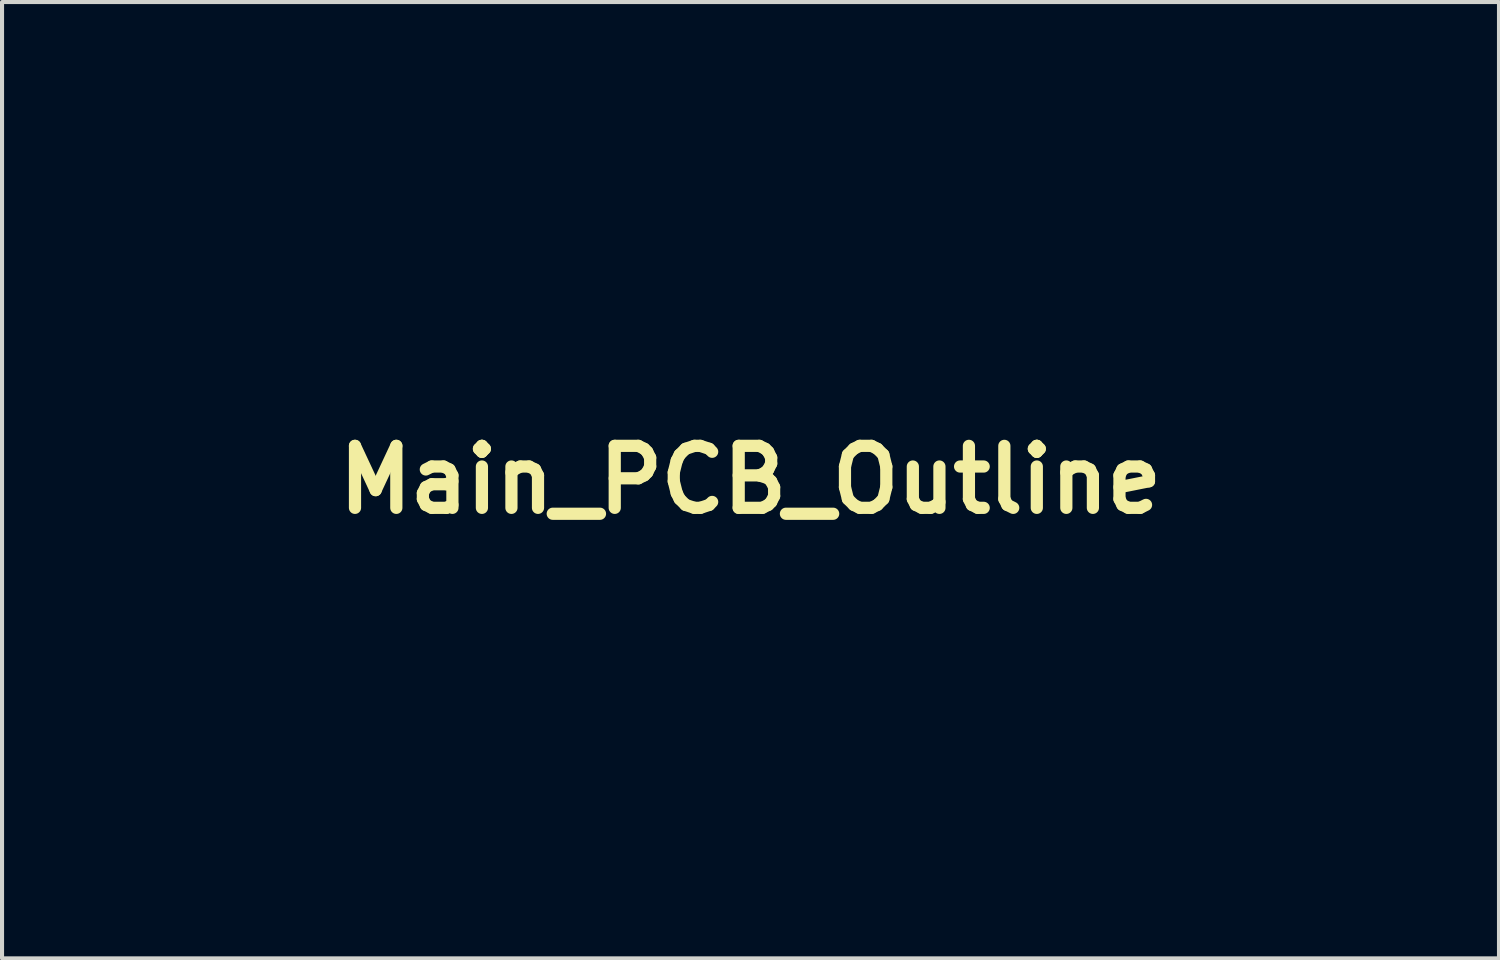
<source format=kicad_pcb>
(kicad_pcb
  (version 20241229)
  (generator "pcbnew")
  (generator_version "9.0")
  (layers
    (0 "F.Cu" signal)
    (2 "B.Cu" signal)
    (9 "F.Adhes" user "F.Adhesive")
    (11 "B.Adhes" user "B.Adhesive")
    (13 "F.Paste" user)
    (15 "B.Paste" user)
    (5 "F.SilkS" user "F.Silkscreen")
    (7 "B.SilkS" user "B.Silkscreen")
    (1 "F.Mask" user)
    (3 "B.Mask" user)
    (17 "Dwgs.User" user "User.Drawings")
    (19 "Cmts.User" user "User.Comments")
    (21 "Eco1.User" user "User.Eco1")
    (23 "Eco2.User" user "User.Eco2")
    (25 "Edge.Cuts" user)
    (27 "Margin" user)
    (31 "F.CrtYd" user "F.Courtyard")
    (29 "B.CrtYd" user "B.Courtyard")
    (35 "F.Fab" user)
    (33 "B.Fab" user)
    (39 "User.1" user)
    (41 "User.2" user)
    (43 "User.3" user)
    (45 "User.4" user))
  (footprint "Main_PCB_Outline"
    (layer "F.Cu")
    (at 15.403 8.747)
    (property "Reference" "Main_PCB_Outline" (at 0 0 0) (layer "F.SilkS") (effects (font (size 1.524 1.524) (thickness 0.3))))
    (attr through_hole)
    (fp_poly (pts (xy -1.184 -6.956) (xy 1.598 -6.956) (xy 1.598 -7.124) (xy 2.93 -7.124) (xy 2.949 -7.037) (xy 2.951 -7.033) (xy 2.995 -6.971) (xy 3.063 -6.93) (xy 3.145 -6.911) (xy 3.232 -6.917) (xy 3.296 -6.94) (xy 3.348 -6.988) (xy 3.384 -7.059) (xy 3.4 -7.138) (xy 4.305 -7.138) (xy 4.322 -7.048) (xy 4.372 -6.975) (xy 4.445 -6.927) (xy 4.513 -6.904) (xy 4.573 -6.906) (xy 4.63 -6.926) (xy 4.706 -6.972) (xy 4.752 -7.038) (xy 4.771 -7.118) (xy 4.771 -7.118) (xy 5.678 -7.118) (xy 5.698 -7.043) (xy 5.743 -6.977) (xy 5.816 -6.927) (xy 5.817 -6.927) (xy 5.885 -6.904) (xy 5.944 -6.906) (xy 6.004 -6.926) (xy 6.079 -6.976) (xy 6.128 -7.047) (xy 6.15 -7.132) (xy 6.148 -7.146) (xy 7.055 -7.146) (xy 7.066 -7.067) (xy 7.101 -6.996) (xy 7.16 -6.942) (xy 7.187 -6.928) (xy 7.255 -6.905) (xy 7.314 -6.905) (xy 7.377 -6.926) (xy 7.456 -6.976) (xy 7.504 -7.049) (xy 7.52 -7.141) (xy 7.52 -7.142) (xy 7.513 -7.189) (xy 8.429 -7.189) (xy 8.429 -7.104) (xy 8.457 -7.025) (xy 8.51 -6.961) (xy 8.574 -6.924) (xy 8.635 -6.906) (xy 8.683 -6.905) (xy 8.735 -6.92) (xy 8.773 -6.936) (xy 8.828 -6.968) (xy 8.863 -7.012) (xy 8.883 -7.057) (xy 8.898 -7.103) (xy 9.801 -7.103) (xy 9.83 -7.021) (xy 9.848 -6.994) (xy 9.909 -6.942) (xy 9.988 -6.914) (xy 10.076 -6.913) (xy 10.161 -6.939) (xy 10.194 -6.959) (xy 10.247 -7.018) (xy 10.275 -7.094) (xy 10.275 -7.123) (xy 11.176 -7.123) (xy 11.179 -7.094) (xy 11.204 -7.032) (xy 11.249 -6.973) (xy 11.304 -6.928) (xy 11.342 -6.913) (xy 11.414 -6.909) (xy 11.494 -6.923) (xy 11.558 -6.949) (xy 11.559 -6.95) (xy 11.603 -6.996) (xy 11.638 -7.064) (xy 11.656 -7.138) (xy 11.656 -7.158) (xy 11.64 -7.229) (xy 11.598 -7.299) (xy 11.538 -7.353) (xy 11.523 -7.362) (xy 11.445 -7.383) (xy 11.358 -7.378) (xy 11.278 -7.347) (xy 11.263 -7.337) (xy 11.216 -7.281) (xy 11.185 -7.205) (xy 11.176 -7.123) (xy 10.275 -7.123) (xy 10.275 -7.176) (xy 10.251 -7.256) (xy 10.201 -7.324) (xy 10.173 -7.346) (xy 10.092 -7.382) (xy 10.012 -7.386) (xy 9.938 -7.363) (xy 9.875 -7.318) (xy 9.829 -7.256) (xy 9.802 -7.182) (xy 9.801 -7.103) (xy 8.898 -7.103) (xy 8.902 -7.115) (xy 8.905 -7.159) (xy 8.894 -7.211) (xy 8.89 -7.221) (xy 8.848 -7.3) (xy 8.784 -7.354) (xy 8.708 -7.382) (xy 8.627 -7.383) (xy 8.549 -7.357) (xy 8.482 -7.302) (xy 8.46 -7.27) (xy 8.429 -7.189) (xy 7.513 -7.189) (xy 7.504 -7.239) (xy 7.46 -7.315) (xy 7.392 -7.365) (xy 7.305 -7.387) (xy 7.234 -7.382) (xy 7.157 -7.351) (xy 7.101 -7.296) (xy 7.067 -7.225) (xy 7.055 -7.146) (xy 6.148 -7.146) (xy 6.141 -7.223) (xy 6.121 -7.274) (xy 6.077 -7.325) (xy 6.01 -7.366) (xy 5.936 -7.387) (xy 5.913 -7.389) (xy 5.826 -7.373) (xy 5.758 -7.331) (xy 5.71 -7.27) (xy 5.683 -7.196) (xy 5.678 -7.118) (xy 4.771 -7.118) (xy 4.766 -7.214) (xy 4.732 -7.293) (xy 4.673 -7.35) (xy 4.596 -7.381) (xy 4.506 -7.384) (xy 4.428 -7.362) (xy 4.363 -7.315) (xy 4.321 -7.242) (xy 4.305 -7.145) (xy 4.305 -7.138) (xy 3.4 -7.138) (xy 3.4 -7.14) (xy 3.393 -7.22) (xy 3.379 -7.257) (xy 3.337 -7.309) (xy 3.275 -7.355) (xy 3.209 -7.384) (xy 3.174 -7.389) (xy 3.092 -7.375) (xy 3.017 -7.338) (xy 2.964 -7.287) (xy 2.935 -7.213) (xy 2.93 -7.124) (xy 1.598 -7.124) (xy 1.598 -8.742) (xy 12.991 -8.742) (xy 12.991 -6.956) (xy 15.398 -6.956) (xy 15.398 8.761) (xy -15.398 8.761) (xy -15.398 5.675) (xy -5.358 5.675) (xy -5.346 5.801) (xy -5.327 5.876) (xy -5.281 5.965) (xy -5.211 6.051) (xy -5.127 6.124) (xy -5.04 6.171) (xy -5.038 6.172) (xy -4.934 6.195) (xy -4.816 6.202) (xy -4.702 6.191) (xy -4.64 6.175) (xy -4.526 6.117) (xy -4.432 6.033) (xy -4.361 5.928) (xy -4.316 5.808) (xy -4.299 5.681) (xy -3.07 5.681) (xy -3.053 5.815) (xy -3.005 5.937) (xy -2.93 6.044) (xy -2.833 6.127) (xy -2.738 6.174) (xy -2.64 6.196) (xy -2.527 6.202) (xy -2.416 6.192) (xy -2.346 6.175) (xy -2.236 6.119) (xy -2.14 6.034) (xy -2.068 5.929) (xy -2.044 5.877) (xy -2.03 5.825) (xy -2.023 5.762) (xy -2.022 5.716) (xy -0.782 5.716) (xy -0.758 5.84) (xy -0.703 5.958) (xy -0.618 6.063) (xy -0.58 6.096) (xy -0.485 6.156) (xy -0.377 6.191) (xy -0.247 6.203) (xy -0.241 6.203) (xy -0.164 6.201) (xy -0.101 6.188) (xy -0.034 6.161) (xy 0.003 6.143) (xy 0.114 6.067) (xy 0.197 5.971) (xy 0.252 5.861) (xy 0.28 5.743) (xy 0.28 5.679) (xy 1.509 5.679) (xy 1.525 5.806) (xy 1.57 5.925) (xy 1.642 6.03) (xy 1.738 6.117) (xy 1.859 6.18) (xy 1.88 6.188) (xy 1.947 6.199) (xy 2.035 6.2) (xy 2.131 6.191) (xy 2.219 6.175) (xy 2.286 6.152) (xy 2.287 6.152) (xy 2.398 6.075) (xy 2.487 5.974) (xy 2.527 5.904) (xy 2.555 5.813) (xy 2.567 5.706) (xy 2.567 5.678) (xy 3.807 5.678) (xy 3.809 5.762) (xy 3.815 5.821) (xy 3.829 5.871) (xy 3.854 5.922) (xy 3.862 5.936) (xy 3.929 6.033) (xy 4.017 6.109) (xy 4.122 6.168) (xy 4.205 6.192) (xy 4.307 6.201) (xy 4.416 6.196) (xy 4.517 6.176) (xy 4.579 6.152) (xy 4.663 6.095) (xy 4.743 6.014) (xy 4.806 5.926) (xy 4.825 5.89) (xy 4.849 5.804) (xy 4.859 5.698) (xy 4.854 5.589) (xy 4.835 5.49) (xy 4.82 5.451) (xy 4.746 5.332) (xy 4.648 5.24) (xy 4.528 5.179) (xy 4.391 5.149) (xy 4.334 5.146) (xy 4.188 5.161) (xy 4.062 5.209) (xy 3.956 5.288) (xy 3.872 5.397) (xy 3.858 5.422) (xy 3.832 5.477) (xy 3.817 5.53) (xy 3.809 5.592) (xy 3.807 5.678) (xy 2.567 5.678) (xy 2.564 5.595) (xy 2.546 5.496) (xy 2.525 5.441) (xy 2.458 5.336) (xy 2.382 5.258) (xy 2.286 5.198) (xy 2.282 5.196) (xy 2.162 5.156) (xy 2.034 5.144) (xy 1.907 5.159) (xy 1.788 5.199) (xy 1.687 5.264) (xy 1.643 5.308) (xy 1.566 5.424) (xy 1.522 5.55) (xy 1.509 5.679) (xy 0.28 5.679) (xy 0.281 5.621) (xy 0.255 5.502) (xy 0.202 5.39) (xy 0.123 5.291) (xy 0.017 5.21) (xy -0.037 5.183) (xy -0.143 5.152) (xy -0.264 5.144) (xy -0.385 5.159) (xy -0.477 5.19) (xy -0.593 5.263) (xy -0.682 5.359) (xy -0.744 5.47) (xy -0.777 5.591) (xy -0.782 5.716) (xy -2.022 5.716) (xy -2.021 5.675) (xy -2.021 5.668) (xy -2.022 5.583) (xy -2.028 5.523) (xy -2.04 5.477) (xy -2.061 5.433) (xy -2.071 5.415) (xy -2.159 5.298) (xy -2.265 5.214) (xy -2.39 5.163) (xy -2.532 5.145) (xy -2.538 5.145) (xy -2.679 5.162) (xy -2.804 5.21) (xy -2.909 5.287) (xy -2.991 5.389) (xy -3.045 5.511) (xy -3.069 5.651) (xy -3.07 5.681) (xy -4.299 5.681) (xy -4.299 5.679) (xy -4.312 5.549) (xy -4.342 5.46) (xy -4.41 5.344) (xy -4.499 5.255) (xy -4.605 5.192) (xy -4.721 5.155) (xy -4.843 5.144) (xy -4.964 5.16) (xy -5.079 5.202) (xy -5.182 5.27) (xy -5.269 5.366) (xy -5.313 5.443) (xy -5.347 5.551) (xy -5.358 5.675) (xy -15.398 5.675) (xy -15.398 3.62) (xy -13.627 3.62) (xy -13.624 3.811) (xy -13.589 3.999) (xy -13.521 4.18) (xy -13.422 4.35) (xy -13.328 4.465) (xy -13.173 4.604) (xy -13.002 4.71) (xy -12.818 4.783) (xy -12.624 4.821) (xy -12.424 4.824) (xy -12.221 4.791) (xy -12.122 4.761) (xy -11.933 4.677) (xy -11.767 4.564) (xy -11.626 4.424) (xy -11.511 4.258) (xy -11.425 4.067) (xy -11.401 3.995) (xy -11.379 3.887) (xy -11.369 3.757) (xy -11.369 3.694) (xy -6.505 3.694) (xy -6.488 3.833) (xy -6.44 3.956) (xy -6.366 4.06) (xy -6.27 4.141) (xy -6.158 4.198) (xy -6.033 4.226) (xy -5.901 4.223) (xy -5.787 4.193) (xy -5.659 4.128) (xy -5.56 4.038) (xy -5.491 3.927) (xy -5.453 3.795) (xy -5.449 3.729) (xy -4.204 3.729) (xy -4.195 3.831) (xy -4.175 3.915) (xy -4.165 3.938) (xy -4.091 4.047) (xy -3.993 4.132) (xy -3.876 4.192) (xy -3.749 4.224) (xy -3.617 4.224) (xy -3.499 4.195) (xy -3.382 4.137) (xy -3.293 4.061) (xy -3.223 3.958) (xy -3.216 3.943) (xy -3.171 3.818) (xy -3.158 3.687) (xy -3.16 3.668) (xy -1.931 3.668) (xy -1.923 3.793) (xy -1.886 3.91) (xy -1.825 4.014) (xy -1.742 4.102) (xy -1.641 4.169) (xy -1.524 4.212) (xy -1.395 4.227) (xy -1.257 4.21) (xy -1.228 4.202) (xy -1.134 4.159) (xy -1.041 4.091) (xy -0.96 4.008) (xy -0.916 3.941) (xy -0.888 3.861) (xy -0.873 3.759) (xy -0.873 3.714) (xy 0.362 3.714) (xy 0.383 3.84) (xy 0.439 3.972) (xy 0.521 4.078) (xy 0.624 4.158) (xy 0.745 4.208) (xy 0.88 4.227) (xy 1.023 4.213) (xy 1.071 4.2) (xy 1.182 4.149) (xy 1.279 4.067) (xy 1.355 3.964) (xy 1.406 3.844) (xy 1.428 3.716) (xy 1.429 3.694) (xy 2.651 3.694) (xy 2.657 3.759) (xy 2.671 3.836) (xy 2.681 3.872) (xy 2.725 3.968) (xy 2.797 4.061) (xy 2.885 4.139) (xy 2.979 4.193) (xy 3.001 4.201) (xy 3.112 4.222) (xy 3.232 4.222) (xy 3.348 4.202) (xy 3.422 4.175) (xy 3.53 4.107) (xy 3.611 4.022) (xy 3.662 3.939) (xy 3.689 3.881) (xy 3.704 3.825) (xy 3.71 3.757) (xy 3.711 3.694) (xy 3.711 3.673) (xy 11.36 3.673) (xy 11.362 3.737) (xy 11.371 3.813) (xy 11.38 3.869) (xy 11.43 4.071) (xy 11.512 4.254) (xy 11.621 4.416) (xy 11.754 4.555) (xy 11.909 4.667) (xy 12.083 4.751) (xy 12.273 4.805) (xy 12.475 4.824) (xy 12.55 4.823) (xy 12.645 4.814) (xy 12.744 4.799) (xy 12.828 4.781) (xy 12.841 4.777) (xy 13.024 4.701) (xy 13.19 4.593) (xy 13.335 4.457) (xy 13.458 4.294) (xy 13.554 4.107) (xy 13.571 4.066) (xy 13.592 4.005) (xy 13.606 3.95) (xy 13.614 3.889) (xy 13.618 3.811) (xy 13.62 3.706) (xy 13.62 3.704) (xy 13.619 3.596) (xy 13.616 3.515) (xy 13.607 3.451) (xy 13.593 3.392) (xy 13.578 3.344) (xy 13.492 3.15) (xy 13.377 2.979) (xy 13.235 2.834) (xy 13.067 2.715) (xy 12.875 2.625) (xy 12.857 2.618) (xy 12.711 2.581) (xy 12.547 2.565) (xy 12.378 2.57) (xy 12.219 2.595) (xy 12.164 2.61) (xy 11.973 2.688) (xy 11.804 2.796) (xy 11.658 2.931) (xy 11.539 3.089) (xy 11.448 3.269) (xy 11.389 3.468) (xy 11.38 3.515) (xy 11.366 3.604) (xy 11.36 3.673) (xy 3.711 3.673) (xy 3.709 3.609) (xy 3.7 3.546) (xy 3.682 3.491) (xy 3.662 3.45) (xy 3.581 3.333) (xy 3.477 3.244) (xy 3.352 3.187) (xy 3.234 3.164) (xy 3.095 3.168) (xy 2.968 3.206) (xy 2.856 3.273) (xy 2.764 3.364) (xy 2.697 3.476) (xy 2.658 3.605) (xy 2.651 3.694) (xy 1.429 3.694) (xy 1.412 3.562) (xy 1.363 3.439) (xy 1.288 3.332) (xy 1.191 3.247) (xy 1.076 3.19) (xy 1.061 3.186) (xy 0.923 3.162) (xy 0.791 3.172) (xy 0.67 3.211) (xy 0.564 3.276) (xy 0.476 3.362) (xy 0.411 3.466) (xy 0.371 3.584) (xy 0.362 3.714) (xy -0.873 3.714) (xy -0.872 3.65) (xy -0.884 3.545) (xy -0.91 3.46) (xy -0.916 3.448) (xy -0.993 3.341) (xy -1.097 3.254) (xy -1.218 3.193) (xy -1.349 3.162) (xy -1.404 3.159) (xy -1.525 3.175) (xy -1.643 3.222) (xy -1.749 3.292) (xy -1.832 3.381) (xy -1.851 3.41) (xy -1.908 3.539) (xy -1.931 3.668) (xy -3.16 3.668) (xy -3.173 3.557) (xy -3.216 3.437) (xy -3.285 3.333) (xy -3.352 3.271) (xy -3.472 3.204) (xy -3.6 3.169) (xy -3.73 3.165) (xy -3.857 3.19) (xy -3.974 3.244) (xy -4.075 3.324) (xy -4.154 3.429) (xy -4.166 3.452) (xy -4.189 3.526) (xy -4.202 3.623) (xy -4.204 3.729) (xy -5.449 3.729) (xy -5.446 3.694) (xy -5.449 3.607) (xy -5.462 3.539) (xy -5.488 3.471) (xy -5.497 3.452) (xy -5.571 3.341) (xy -5.668 3.255) (xy -5.78 3.196) (xy -5.903 3.165) (xy -6.031 3.164) (xy -6.156 3.193) (xy -6.274 3.254) (xy -6.326 3.294) (xy -6.418 3.395) (xy -6.476 3.508) (xy -6.503 3.639) (xy -6.505 3.694) (xy -11.369 3.694) (xy -11.369 3.621) (xy -11.381 3.492) (xy -11.401 3.394) (xy -11.469 3.216) (xy -11.564 3.051) (xy -11.679 2.905) (xy -11.811 2.786) (xy -11.85 2.758) (xy -12.03 2.659) (xy -12.219 2.595) (xy -12.413 2.564) (xy -12.608 2.567) (xy -12.798 2.602) (xy -12.98 2.669) (xy -13.15 2.769) (xy -13.303 2.899) (xy -13.318 2.914) (xy -13.443 3.073) (xy -13.536 3.247) (xy -13.598 3.43) (xy -13.627 3.62) (xy -15.398 3.62) (xy -15.398 1.728) (xy -5.358 1.728) (xy -5.341 1.864) (xy -5.293 1.984) (xy -5.219 2.085) (xy -5.124 2.164) (xy -5.012 2.219) (xy -4.888 2.245) (xy -4.756 2.241) (xy -4.622 2.204) (xy -4.606 2.198) (xy -4.494 2.129) (xy -4.407 2.038) (xy -4.345 1.929) (xy -4.309 1.809) (xy -4.302 1.708) (xy -3.07 1.708) (xy -3.053 1.848) (xy -3.006 1.972) (xy -2.933 2.076) (xy -2.838 2.159) (xy -2.726 2.216) (xy -2.601 2.245) (xy -2.469 2.242) (xy -2.333 2.206) (xy -2.313 2.198) (xy -2.195 2.127) (xy -2.106 2.032) (xy -2.046 1.914) (xy -2.017 1.776) (xy -2.016 1.763) (xy -2.016 1.72) (xy -0.779 1.72) (xy -0.762 1.857) (xy -0.714 1.979) (xy -0.64 2.081) (xy -0.545 2.162) (xy -0.433 2.218) (xy -0.31 2.247) (xy -0.179 2.245) (xy -0.045 2.209) (xy -0.027 2.201) (xy 0.09 2.13) (xy 0.182 2.033) (xy 0.245 1.914) (xy 0.277 1.78) (xy 0.278 1.758) (xy 0.278 1.746) (xy 1.508 1.746) (xy 1.532 1.874) (xy 1.587 2) (xy 1.669 2.102) (xy 1.771 2.179) (xy 1.889 2.228) (xy 2.018 2.247) (xy 2.152 2.234) (xy 2.288 2.188) (xy 2.382 2.13) (xy 2.459 2.053) (xy 2.525 1.948) (xy 2.554 1.864) (xy 2.567 1.76) (xy 2.566 1.711) (xy 3.807 1.711) (xy 3.809 1.797) (xy 3.817 1.859) (xy 3.832 1.912) (xy 3.858 1.967) (xy 3.937 2.078) (xy 4.038 2.163) (xy 4.156 2.22) (xy 4.286 2.247) (xy 4.421 2.242) (xy 4.556 2.203) (xy 4.561 2.2) (xy 4.653 2.144) (xy 4.739 2.061) (xy 4.806 1.965) (xy 4.82 1.938) (xy 4.846 1.851) (xy 4.858 1.746) (xy 4.856 1.636) (xy 4.839 1.538) (xy 4.825 1.499) (xy 4.772 1.411) (xy 4.697 1.326) (xy 4.614 1.257) (xy 4.579 1.237) (xy 4.497 1.208) (xy 4.395 1.191) (xy 4.289 1.187) (xy 4.194 1.198) (xy 4.18 1.201) (xy 4.065 1.251) (xy 3.96 1.329) (xy 3.878 1.428) (xy 3.866 1.448) (xy 3.836 1.504) (xy 3.819 1.551) (xy 3.81 1.605) (xy 3.808 1.677) (xy 3.807 1.711) (xy 2.566 1.711) (xy 2.565 1.649) (xy 2.547 1.545) (xy 2.526 1.485) (xy 2.454 1.374) (xy 2.356 1.28) (xy 2.285 1.235) (xy 2.238 1.214) (xy 2.186 1.201) (xy 2.117 1.195) (xy 2.04 1.194) (xy 1.922 1.2) (xy 1.829 1.22) (xy 1.751 1.26) (xy 1.677 1.323) (xy 1.638 1.365) (xy 1.559 1.481) (xy 1.516 1.609) (xy 1.508 1.746) (xy 0.278 1.746) (xy 0.272 1.61) (xy 0.233 1.481) (xy 0.163 1.37) (xy 0.062 1.281) (xy 0.003 1.246) (xy -0.13 1.196) (xy -0.261 1.181) (xy -0.388 1.198) (xy -0.504 1.243) (xy -0.605 1.315) (xy -0.687 1.41) (xy -0.746 1.525) (xy -0.776 1.659) (xy -0.779 1.72) (xy -2.016 1.72) (xy -2.017 1.63) (xy -2.044 1.517) (xy -2.099 1.412) (xy -2.121 1.381) (xy -2.215 1.287) (xy -2.328 1.224) (xy -2.463 1.192) (xy -2.504 1.188) (xy -2.648 1.196) (xy -2.777 1.235) (xy -2.887 1.303) (xy -2.974 1.396) (xy -3.035 1.511) (xy -3.067 1.644) (xy -3.07 1.708) (xy -4.302 1.708) (xy -4.3 1.684) (xy -4.319 1.561) (xy -4.367 1.444) (xy -4.444 1.34) (xy -4.478 1.308) (xy -4.59 1.236) (xy -4.715 1.194) (xy -4.847 1.183) (xy -4.977 1.202) (xy -5.099 1.251) (xy -5.205 1.33) (xy -5.209 1.334) (xy -5.287 1.433) (xy -5.336 1.545) (xy -5.357 1.678) (xy -5.358 1.728) (xy -15.398 1.728) (xy -15.398 -3.478) (xy -11.995 -3.478) (xy -11.995 -2.012) (xy -11.619 -2.012) (xy -11.619 -3.478) (xy -6.486 -3.478) (xy -6.486 -2.012) (xy -6.11 -2.012) (xy -6.11 -3.478) (xy -6.486 -3.478) (xy -11.619 -3.478) (xy -11.995 -3.478) (xy -15.398 -3.478) (xy -15.398 -5.49) (xy -14.401 -5.49) (xy -14.401 -4.005) (xy -14.007 -4.005) (xy -14.007 -5.49) (xy -8.291 -5.49) (xy -8.291 -4.005) (xy -7.915 -4.005) (xy -7.915 -5.49) (xy -2.783 -5.49) (xy -2.783 -4.005) (xy -2.407 -4.005) (xy -2.407 -5.49) (xy -2.783 -5.49) (xy -7.915 -5.49) (xy -8.291 -5.49) (xy -14.007 -5.49) (xy -14.401 -5.49) (xy -15.398 -5.49) (xy -15.398 -8.742) (xy -1.184 -8.742) (xy -1.184 -6.956)) (stroke (width 0.01) (type solid)) (fill no) (layer "Eco1.User")))
  (gr_rect
    (start -3 -3)
    (end 33.806 20.514)
    (stroke (width 0.1) (type default))
    (fill no)
    (layer "Edge.Cuts")))
</source>
